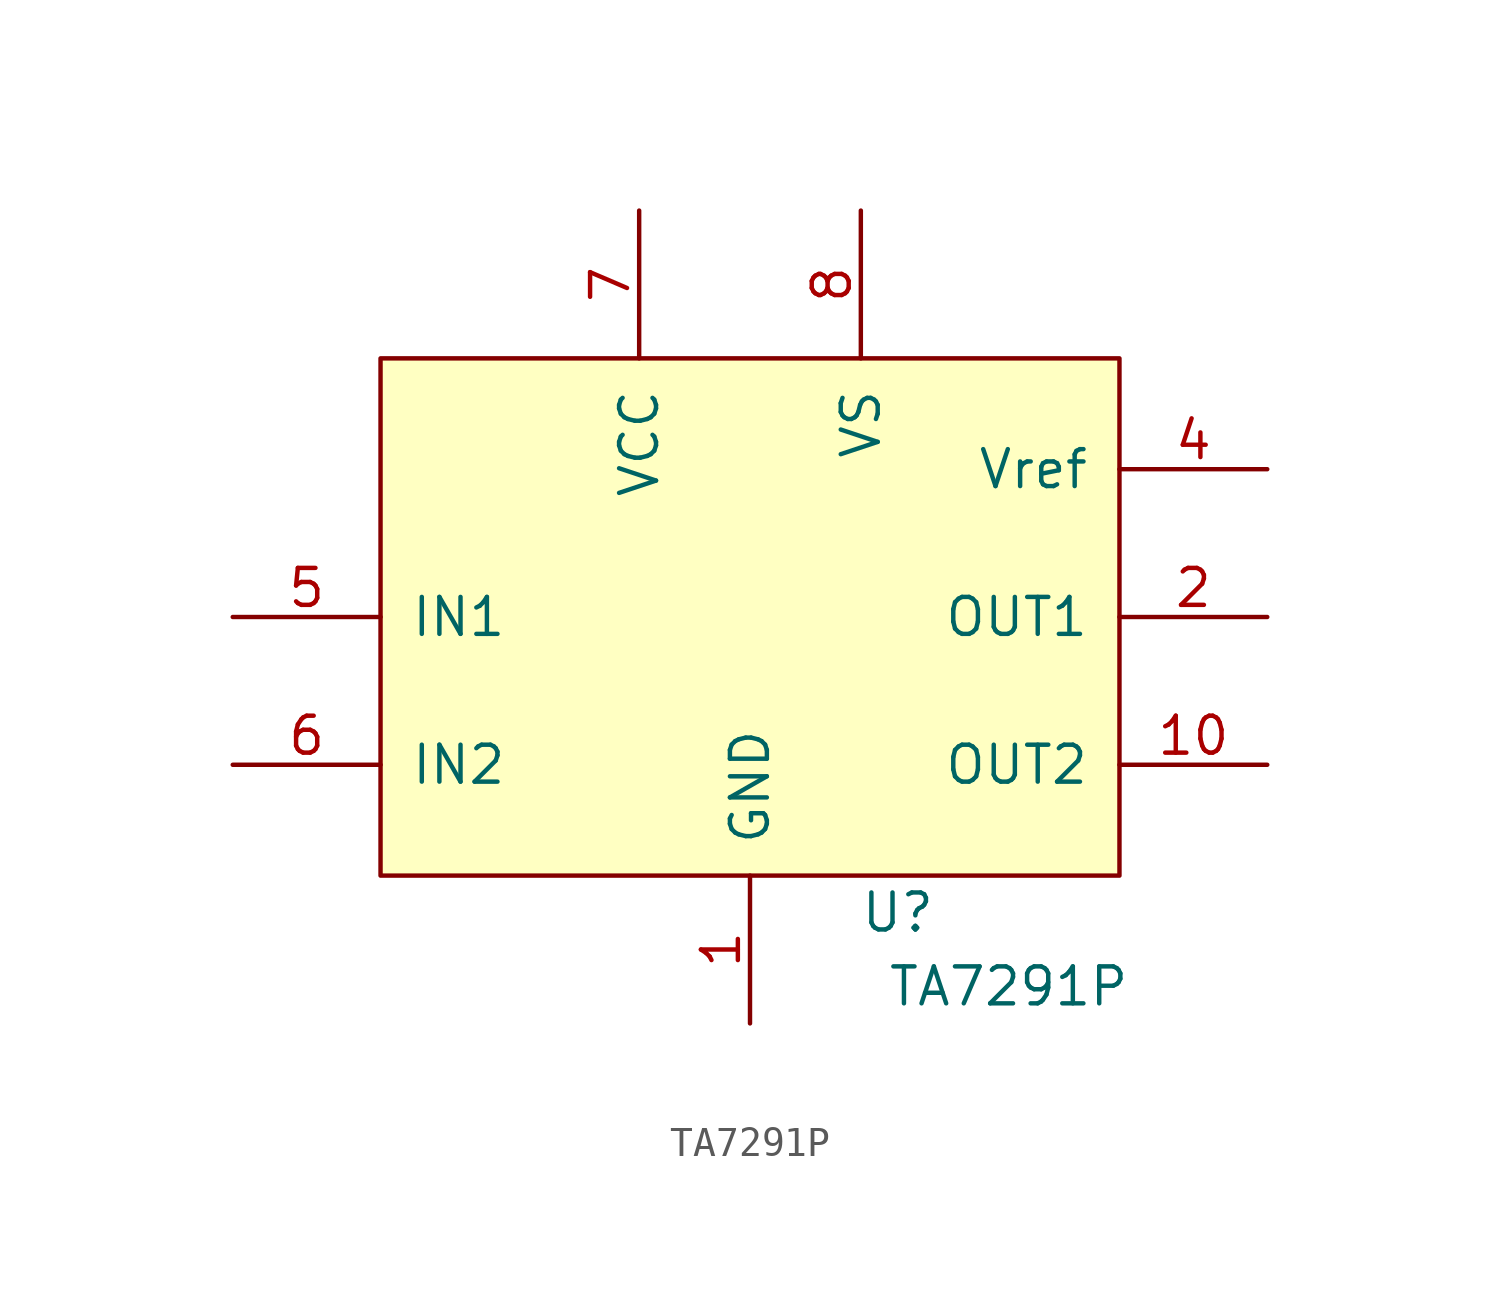
<source format=kicad_sym>
(kicad_symbol_lib
  (version 20211014)
  (generator kicad_symbol_editor)
  (symbol "TA7291P"
    (pin_names
      (offset 1.016))
    (property "Reference" "U"
      (at 5.08 -7.62 0)
      (effects (font (size 1.27 1.27))))
    (property "Value" "TA7291P"
      (at 8.89 -10.16 0)
      (effects (font (size 1.27 1.27))))
    (symbol "TA7291P_0_1"
      (rectangle (start -12.7 11.43) (end 12.7 -6.35) (stroke (width 0) (type default) (color 0 0 0 0)) (fill (type background))))
    (symbol "TA7291P_1_1"
      (pin power_in line (at 0 -11.43 90) (length 5.08) (name "GND" (effects (font (size 1.27 1.27)))) (number "1" (effects (font (size 1.27 1.27)))))
      (pin bidirectional line (at 17.78 -2.54 180) (length 5.08) (name "OUT2" (effects (font (size 1.27 1.27)))) (number "10" (effects (font (size 1.27 1.27)))))
      (pin bidirectional line (at 17.78 2.54 180) (length 5.08) (name "OUT1" (effects (font (size 1.27 1.27)))) (number "2" (effects (font (size 1.27 1.27)))))
      (pin input line (at 17.78 7.62 180) (length 5.08) (name "Vref" (effects (font (size 1.27 1.27)))) (number "4" (effects (font (size 1.27 1.27)))))
      (pin input line (at -17.78 2.54 0) (length 5.08) (name "IN1" (effects (font (size 1.27 1.27)))) (number "5" (effects (font (size 1.27 1.27)))))
      (pin input line (at -17.78 -2.54 0) (length 5.08) (name "IN2" (effects (font (size 1.27 1.27)))) (number "6" (effects (font (size 1.27 1.27)))))
      (pin power_in line (at -3.81 16.51 270) (length 5.08) (name "VCC" (effects (font (size 1.27 1.27)))) (number "7" (effects (font (size 1.27 1.27)))))
      (pin power_in line (at 3.81 16.51 270) (length 5.08) (name "VS" (effects (font (size 1.27 1.27)))) (number "8" (effects (font (size 1.27 1.27))))))))
</source>
